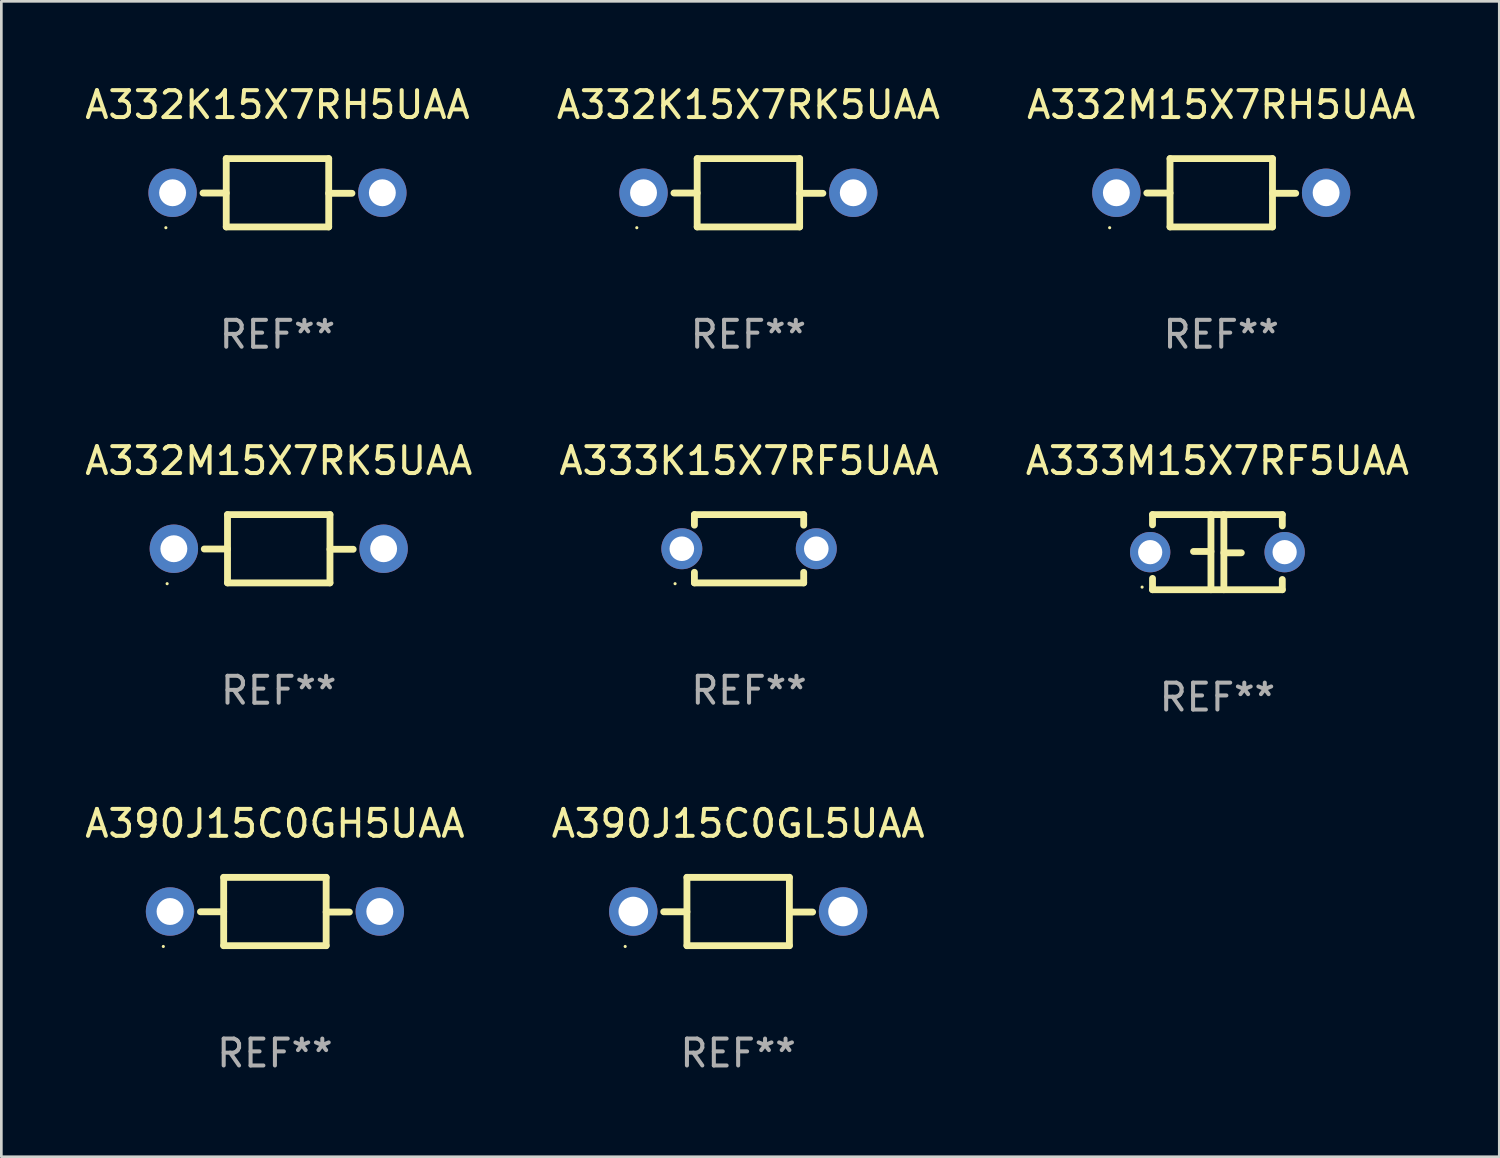
<source format=kicad_pcb>
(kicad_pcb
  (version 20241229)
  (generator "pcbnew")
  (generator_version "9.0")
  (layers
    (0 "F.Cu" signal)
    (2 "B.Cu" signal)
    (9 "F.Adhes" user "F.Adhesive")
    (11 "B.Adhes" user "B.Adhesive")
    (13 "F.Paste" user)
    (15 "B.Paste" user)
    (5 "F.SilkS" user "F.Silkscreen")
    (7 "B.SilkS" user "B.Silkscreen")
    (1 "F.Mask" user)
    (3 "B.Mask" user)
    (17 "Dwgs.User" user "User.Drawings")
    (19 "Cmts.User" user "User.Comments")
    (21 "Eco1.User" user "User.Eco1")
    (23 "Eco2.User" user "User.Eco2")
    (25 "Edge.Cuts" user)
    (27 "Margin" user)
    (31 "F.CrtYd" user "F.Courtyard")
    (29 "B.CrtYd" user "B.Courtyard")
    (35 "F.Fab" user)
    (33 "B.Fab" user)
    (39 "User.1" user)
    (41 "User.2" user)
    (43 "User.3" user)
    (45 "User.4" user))
  (footprint "A332M15X7RK5UAA"
    (layer "F.Cu")
    (at 7.315 17.355)
    (property "Reference" "A332M15X7RK5UAA" (at 0 -3.27 0) (layer "F.SilkS") (effects (font (size 1 1) (thickness 0.15))))
    (attr through_hole)
    (fp_line (start -1.905 -1.27) (end -1.905 1.27) (stroke (width 0.254) (type solid)) (layer "F.SilkS"))
    (fp_line (start -1.905 0.01) (end -2.769 0.01) (stroke (width 0.254) (type solid)) (layer "F.SilkS"))
    (fp_line (start -1.905 1.27) (end 1.905 1.27) (stroke (width 0.254) (type solid)) (layer "F.SilkS"))
    (fp_line (start 1.905 -1.27) (end -1.905 -1.27) (stroke (width 0.254) (type solid)) (layer "F.SilkS"))
    (fp_line (start 1.905 0.02) (end 2.769 0.02) (stroke (width 0.254) (type solid)) (layer "F.SilkS"))
    (fp_line (start 1.905 1.27) (end 1.905 -1.27) (stroke (width 0.254) (type solid)) (layer "F.SilkS"))
    (fp_circle (center -4.15 1.3) (end -4.12 1.3) (stroke (width 0.06) (type solid)) (fill no) (layer "F.SilkS"))
    (fp_text user "REF**" (at 0 5.27 0) (layer "F.Fab") (effects (font (size 1 1) (thickness 0.15))))
    (pad "1" thru_hole circle (at -3.9 0) (size 1.8 1.8) (drill 1) (layers "*.Cu" "*.Mask"))
    (pad "2" thru_hole circle (at 3.9 0) (size 1.8 1.8) (drill 1) (layers "*.Cu" "*.Mask")))
  (footprint "A332M15X7RH5UAA"
    (layer "F.Cu")
    (at 42.363 4.118)
    (property "Reference" "A332M15X7RH5UAA" (at 0 -3.27 0) (layer "F.SilkS") (effects (font (size 1 1) (thickness 0.15))))
    (attr through_hole)
    (fp_line (start -1.905 -1.27) (end -1.905 1.27) (stroke (width 0.254) (type solid)) (layer "F.SilkS"))
    (fp_line (start -1.905 0.01) (end -2.769 0.01) (stroke (width 0.254) (type solid)) (layer "F.SilkS"))
    (fp_line (start -1.905 1.27) (end 1.905 1.27) (stroke (width 0.254) (type solid)) (layer "F.SilkS"))
    (fp_line (start 1.905 -1.27) (end -1.905 -1.27) (stroke (width 0.254) (type solid)) (layer "F.SilkS"))
    (fp_line (start 1.905 0.02) (end 2.769 0.02) (stroke (width 0.254) (type solid)) (layer "F.SilkS"))
    (fp_line (start 1.905 1.27) (end 1.905 -1.27) (stroke (width 0.254) (type solid)) (layer "F.SilkS"))
    (fp_circle (center -4.15 1.3) (end -4.12 1.3) (stroke (width 0.06) (type solid)) (fill no) (layer "F.SilkS"))
    (fp_text user "REF**" (at 0 5.27 0) (layer "F.Fab") (effects (font (size 1 1) (thickness 0.15))))
    (pad "1" thru_hole circle (at -3.9 0) (size 1.8 1.8) (drill 1) (layers "*.Cu" "*.Mask"))
    (pad "2" thru_hole circle (at 3.9 0) (size 1.8 1.8) (drill 1) (layers "*.Cu" "*.Mask")))
  (footprint "A333M15X7RF5UAA"
    (layer "F.Cu")
    (at 42.22 17.482)
    (property "Reference" "A333M15X7RF5UAA" (at 0 -3.397 0) (layer "F.SilkS") (effects (font (size 1 1) (thickness 0.15))))
    (attr through_hole)
    (fp_line (start -2.413 -1.397) (end 2.413 -1.397) (stroke (width 0.254) (type solid)) (layer "F.SilkS"))
    (fp_line (start -2.413 -1.016) (end -2.413 -1.397) (stroke (width 0.254) (type solid)) (layer "F.SilkS"))
    (fp_line (start -2.413 0.977) (end -2.413 1.397) (stroke (width 0.254) (type solid)) (layer "F.SilkS"))
    (fp_line (start -0.24 -0.025) (end -0.889 -0.025) (stroke (width 0.254) (type solid)) (layer "F.SilkS"))
    (fp_line (start -0.24 1.397) (end -0.24 -1.397) (stroke (width 0.254) (type solid)) (layer "F.SilkS"))
    (fp_line (start 0.24 -1.397) (end 0.24 1.397) (stroke (width 0.254) (type solid)) (layer "F.SilkS"))
    (fp_line (start 0.24 0.025) (end 0.889 0.025) (stroke (width 0.254) (type solid)) (layer "F.SilkS"))
    (fp_line (start 2.413 -0.977) (end 2.413 -1.397) (stroke (width 0.254) (type solid)) (layer "F.SilkS"))
    (fp_line (start 2.413 1.016) (end 2.413 1.397) (stroke (width 0.254) (type solid)) (layer "F.SilkS"))
    (fp_line (start 2.413 1.397) (end -2.413 1.397) (stroke (width 0.254) (type solid)) (layer "F.SilkS"))
    (fp_circle (center -2.8 1.3) (end -2.77 1.3) (stroke (width 0.06) (type solid)) (fill no) (layer "F.SilkS"))
    (fp_text user "REF**" (at 0 5.397 0) (layer "F.Fab") (effects (font (size 1 1) (thickness 0.15))))
    (pad "1" thru_hole circle (at -2.5 0) (size 1.5 1.5) (drill 0.9) (layers "*.Cu" "*.Mask"))
    (pad "2" thru_hole circle (at 2.5 0) (size 1.5 1.5) (drill 0.9) (layers "*.Cu" "*.Mask")))
  (footprint "A333K15X7RF5UAA"
    (layer "F.Cu")
    (at 24.804 17.355)
    (property "Reference" "A333K15X7RF5UAA" (at 0 -3.27 0) (layer "F.SilkS") (effects (font (size 1 1) (thickness 0.15))))
    (attr through_hole)
    (fp_line (start -2.032 -1.27) (end -2.032 -0.876) (stroke (width 0.254) (type solid)) (layer "F.SilkS"))
    (fp_line (start -2.032 0.876) (end -2.032 1.27) (stroke (width 0.254) (type solid)) (layer "F.SilkS"))
    (fp_line (start -2.032 1.27) (end 2.032 1.27) (stroke (width 0.254) (type solid)) (layer "F.SilkS"))
    (fp_line (start 2.032 -1.27) (end -2.032 -1.27) (stroke (width 0.254) (type solid)) (layer "F.SilkS"))
    (fp_line (start 2.032 -0.876) (end 2.032 -1.27) (stroke (width 0.254) (type solid)) (layer "F.SilkS"))
    (fp_line (start 2.032 1.27) (end 2.032 0.876) (stroke (width 0.254) (type solid)) (layer "F.SilkS"))
    (fp_circle (center -2.751 1.3) (end -2.721 1.3) (stroke (width 0.06) (type solid)) (fill no) (layer "F.SilkS"))
    (fp_text user "REF**" (at 0 5.27 0) (layer "F.Fab") (effects (font (size 1 1) (thickness 0.15))))
    (pad "1" thru_hole circle (at -2.5 0) (size 1.524 1.524) (drill 0.914) (layers "*.Cu" "*.Mask"))
    (pad "2" thru_hole circle (at 2.5 0) (size 1.524 1.524) (drill 0.914) (layers "*.Cu" "*.Mask")))
  (footprint "A332K15X7RH5UAA"
    (layer "F.Cu")
    (at 7.268 4.118)
    (property "Reference" "A332K15X7RH5UAA" (at 0 -3.27 0) (layer "F.SilkS") (effects (font (size 1 1) (thickness 0.15))))
    (attr through_hole)
    (fp_line (start -1.905 -1.27) (end -1.905 1.27) (stroke (width 0.254) (type solid)) (layer "F.SilkS"))
    (fp_line (start -1.905 0.01) (end -2.769 0.01) (stroke (width 0.254) (type solid)) (layer "F.SilkS"))
    (fp_line (start -1.905 1.27) (end 1.905 1.27) (stroke (width 0.254) (type solid)) (layer "F.SilkS"))
    (fp_line (start 1.905 -1.27) (end -1.905 -1.27) (stroke (width 0.254) (type solid)) (layer "F.SilkS"))
    (fp_line (start 1.905 0.02) (end 2.769 0.02) (stroke (width 0.254) (type solid)) (layer "F.SilkS"))
    (fp_line (start 1.905 1.27) (end 1.905 -1.27) (stroke (width 0.254) (type solid)) (layer "F.SilkS"))
    (fp_circle (center -4.15 1.3) (end -4.12 1.3) (stroke (width 0.06) (type solid)) (fill no) (layer "F.SilkS"))
    (fp_text user "REF**" (at 0 5.27 0) (layer "F.Fab") (effects (font (size 1 1) (thickness 0.15))))
    (pad "1" thru_hole circle (at -3.9 0) (size 1.8 1.8) (drill 1) (layers "*.Cu" "*.Mask"))
    (pad "2" thru_hole circle (at 3.9 0) (size 1.8 1.8) (drill 1) (layers "*.Cu" "*.Mask")))
  (footprint "A332K15X7RK5UAA"
    (layer "F.Cu")
    (at 24.78 4.118)
    (property "Reference" "A332K15X7RK5UAA" (at 0 -3.27 0) (layer "F.SilkS") (effects (font (size 1 1) (thickness 0.15))))
    (attr through_hole)
    (fp_line (start -1.905 -1.27) (end -1.905 1.27) (stroke (width 0.254) (type solid)) (layer "F.SilkS"))
    (fp_line (start -1.905 0.01) (end -2.769 0.01) (stroke (width 0.254) (type solid)) (layer "F.SilkS"))
    (fp_line (start -1.905 1.27) (end 1.905 1.27) (stroke (width 0.254) (type solid)) (layer "F.SilkS"))
    (fp_line (start 1.905 -1.27) (end -1.905 -1.27) (stroke (width 0.254) (type solid)) (layer "F.SilkS"))
    (fp_line (start 1.905 0.02) (end 2.769 0.02) (stroke (width 0.254) (type solid)) (layer "F.SilkS"))
    (fp_line (start 1.905 1.27) (end 1.905 -1.27) (stroke (width 0.254) (type solid)) (layer "F.SilkS"))
    (fp_circle (center -4.15 1.3) (end -4.12 1.3) (stroke (width 0.06) (type solid)) (fill no) (layer "F.SilkS"))
    (fp_text user "REF**" (at 0 5.27 0) (layer "F.Fab") (effects (font (size 1 1) (thickness 0.15))))
    (pad "1" thru_hole circle (at -3.9 0) (size 1.8 1.8) (drill 1) (layers "*.Cu" "*.Mask"))
    (pad "2" thru_hole circle (at 3.9 0) (size 1.8 1.8) (drill 1) (layers "*.Cu" "*.Mask")))
  (footprint "A390J15C0GH5UAA"
    (layer "F.Cu")
    (at 7.173 30.845)
    (property "Reference" "A390J15C0GH5UAA" (at 0 -3.27 0) (layer "F.SilkS") (effects (font (size 1 1) (thickness 0.15))))
    (attr through_hole)
    (fp_line (start -1.905 -1.27) (end -1.905 1.27) (stroke (width 0.254) (type solid)) (layer "F.SilkS"))
    (fp_line (start -1.905 0.01) (end -2.769 0.01) (stroke (width 0.254) (type solid)) (layer "F.SilkS"))
    (fp_line (start -1.905 1.27) (end 1.905 1.27) (stroke (width 0.254) (type solid)) (layer "F.SilkS"))
    (fp_line (start 1.905 -1.27) (end -1.905 -1.27) (stroke (width 0.254) (type solid)) (layer "F.SilkS"))
    (fp_line (start 1.905 0.02) (end 2.769 0.02) (stroke (width 0.254) (type solid)) (layer "F.SilkS"))
    (fp_line (start 1.905 1.27) (end 1.905 -1.27) (stroke (width 0.254) (type solid)) (layer "F.SilkS"))
    (fp_circle (center -4.15 1.3) (end -4.12 1.3) (stroke (width 0.06) (type solid)) (fill no) (layer "F.SilkS"))
    (fp_text user "REF**" (at 0 5.27 0) (layer "F.Fab") (effects (font (size 1 1) (thickness 0.15))))
    (pad "1" thru_hole circle (at -3.9 0) (size 1.8 1.8) (drill 1) (layers "*.Cu" "*.Mask"))
    (pad "2" thru_hole circle (at 3.9 0) (size 1.8 1.8) (drill 1) (layers "*.Cu" "*.Mask")))
  (footprint "A390J15C0GL5UAA"
    (layer "F.Cu")
    (at 24.399 30.845)
    (property "Reference" "A390J15C0GL5UAA" (at 0 -3.27 0) (layer "F.SilkS") (effects (font (size 1 1) (thickness 0.15))))
    (attr through_hole)
    (fp_line (start -1.905 -1.27) (end -1.905 1.27) (stroke (width 0.254) (type solid)) (layer "F.SilkS"))
    (fp_line (start -1.905 0.01) (end -2.769 0.01) (stroke (width 0.254) (type solid)) (layer "F.SilkS"))
    (fp_line (start -1.905 1.27) (end 1.905 1.27) (stroke (width 0.254) (type solid)) (layer "F.SilkS"))
    (fp_line (start 1.905 -1.27) (end -1.905 -1.27) (stroke (width 0.254) (type solid)) (layer "F.SilkS"))
    (fp_line (start 1.905 0.02) (end 2.769 0.02) (stroke (width 0.254) (type solid)) (layer "F.SilkS"))
    (fp_line (start 1.905 1.27) (end 1.905 -1.27) (stroke (width 0.254) (type solid)) (layer "F.SilkS"))
    (fp_circle (center -4.201 1.3) (end -4.171 1.3) (stroke (width 0.06) (type solid)) (fill no) (layer "F.SilkS"))
    (fp_text user "REF**" (at 0 5.27 0) (layer "F.Fab") (effects (font (size 1 1) (thickness 0.15))))
    (pad "1" thru_hole circle (at -3.9 0) (size 1.8 1.8) (drill 1.1) (layers "*.Cu" "*.Mask"))
    (pad "2" thru_hole circle (at 3.9 0) (size 1.8 1.8) (drill 1.1) (layers "*.Cu" "*.Mask")))
  (gr_rect
    (start -3 -3)
    (end 52.702 39.964)
    (stroke (width 0.1) (type default))
    (fill no)
    (layer "Edge.Cuts")))
</source>
